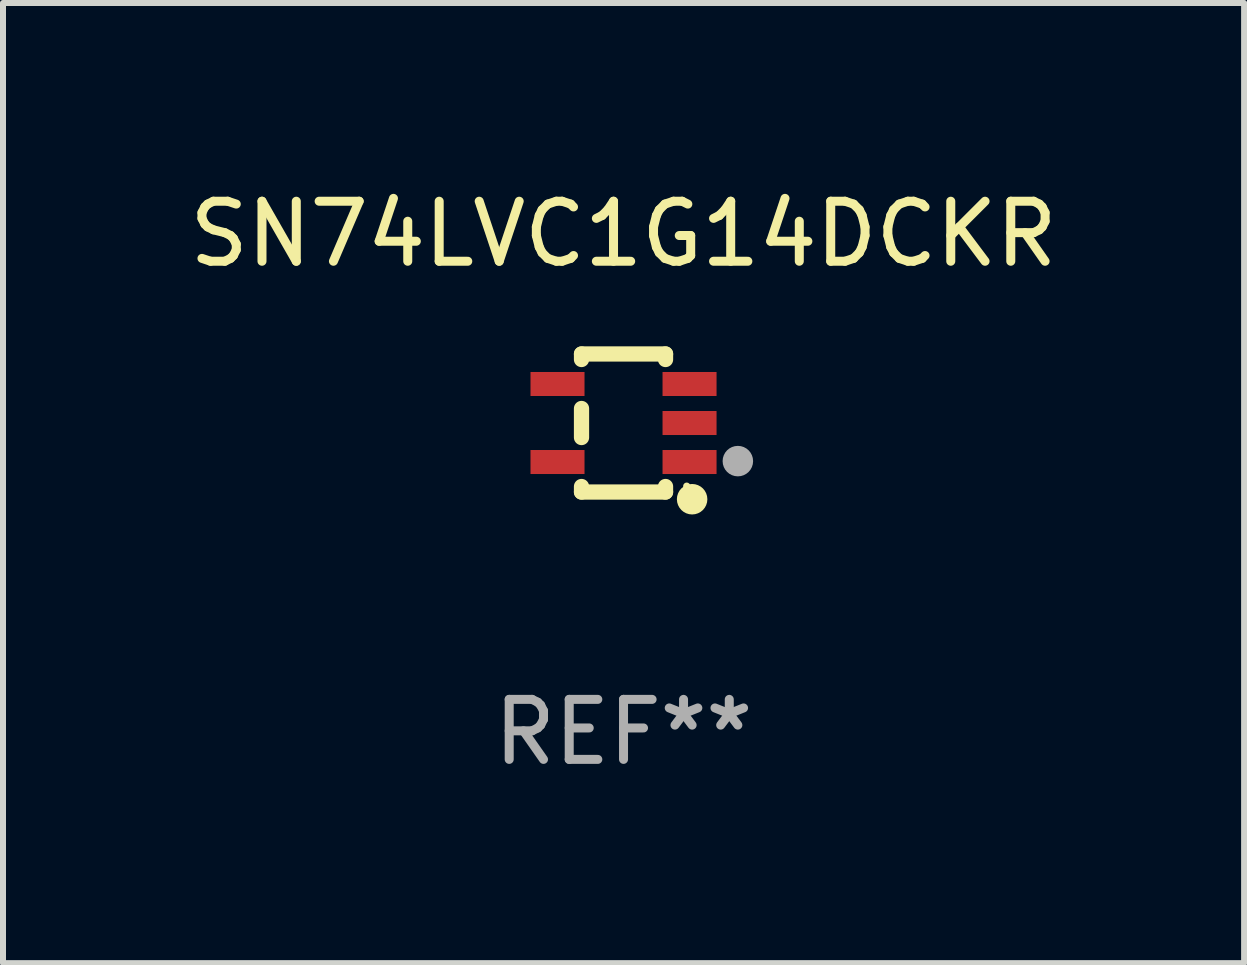
<source format=kicad_pcb>
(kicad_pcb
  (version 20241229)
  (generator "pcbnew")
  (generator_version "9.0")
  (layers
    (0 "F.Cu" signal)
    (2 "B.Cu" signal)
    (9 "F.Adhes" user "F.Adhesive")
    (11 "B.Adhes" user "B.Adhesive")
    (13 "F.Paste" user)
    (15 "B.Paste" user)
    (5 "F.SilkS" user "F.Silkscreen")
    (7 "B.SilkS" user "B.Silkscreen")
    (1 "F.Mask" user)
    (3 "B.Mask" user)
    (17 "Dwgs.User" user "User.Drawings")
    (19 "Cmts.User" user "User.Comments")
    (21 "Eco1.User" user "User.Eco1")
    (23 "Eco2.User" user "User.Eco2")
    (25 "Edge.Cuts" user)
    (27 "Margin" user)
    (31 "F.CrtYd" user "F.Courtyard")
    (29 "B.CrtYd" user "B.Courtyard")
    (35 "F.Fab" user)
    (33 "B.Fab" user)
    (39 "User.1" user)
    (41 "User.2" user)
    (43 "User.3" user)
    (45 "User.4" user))
  (footprint "SN74LVC1G14DCKR"
    (layer "F.Cu")
    (at 7.339 3.998)
    (property "Reference" "SN74LVC1G14DCKR" (at 0 -3.15 0) (layer "F.SilkS") (effects (font (size 1 1) (thickness 0.15))))
    (attr through_hole)
    (fp_line (start -0.7 -1.15) (end 0.7 -1.15) (stroke (width 0.254) (type solid)) (layer "F.SilkS"))
    (fp_line (start -0.7 -1.058) (end -0.7 -1.15) (stroke (width 0.254) (type solid)) (layer "F.SilkS"))
    (fp_line (start -0.7 0.242) (end -0.7 -0.242) (stroke (width 0.254) (type solid)) (layer "F.SilkS"))
    (fp_line (start -0.7 1.15) (end -0.7 1.058) (stroke (width 0.254) (type solid)) (layer "F.SilkS"))
    (fp_line (start -0.7 1.15) (end 0.7 1.15) (stroke (width 0.254) (type solid)) (layer "F.SilkS"))
    (fp_line (start 0.7 -1.058) (end 0.7 -1.15) (stroke (width 0.254) (type solid)) (layer "F.SilkS"))
    (fp_line (start 0.7 1.15) (end 0.7 1.058) (stroke (width 0.254) (type solid)) (layer "F.SilkS"))
    (fp_circle (center 1.053 1.052) (end 1.083 1.052) (stroke (width 0.06) (type solid)) (fill no) (layer "F.SilkS"))
    (fp_circle (center 1.143 1.27) (end 1.27 1.27) (stroke (width 0.254) (type solid)) (fill no) (layer "F.SilkS"))
    (fp_circle (center 1.905 0.635) (end 2.032 0.635) (stroke (width 0.254) (type solid)) (fill no) (layer "F.Fab"))
    (fp_text user "REF**" (at 0 5.15 0) (layer "F.Fab") (effects (font (size 1 1) (thickness 0.15))))
    (pad "1" smd rect (at 1.1 0.65 90) (size 0.4 0.9) (layers "F.Cu" "F.Mask" "F.Paste"))
    (pad "2" smd rect (at 1.1 0.000076 90) (size 0.4 0.9) (layers "F.Cu" "F.Mask" "F.Paste"))
    (pad "3" smd rect (at 1.1 -0.65 90) (size 0.4 0.9) (layers "F.Cu" "F.Mask" "F.Paste"))
    (pad "4" smd rect (at -1.1 -0.65 90) (size 0.4 0.9) (layers "F.Cu" "F.Mask" "F.Paste"))
    (pad "5" smd rect (at -1.1 0.65 90) (size 0.4 0.9) (layers "F.Cu" "F.Mask" "F.Paste")))
  (gr_rect
    (start -3 -3)
    (end 17.679 12.997)
    (stroke (width 0.1) (type default))
    (fill no)
    (layer "Edge.Cuts")))
</source>
